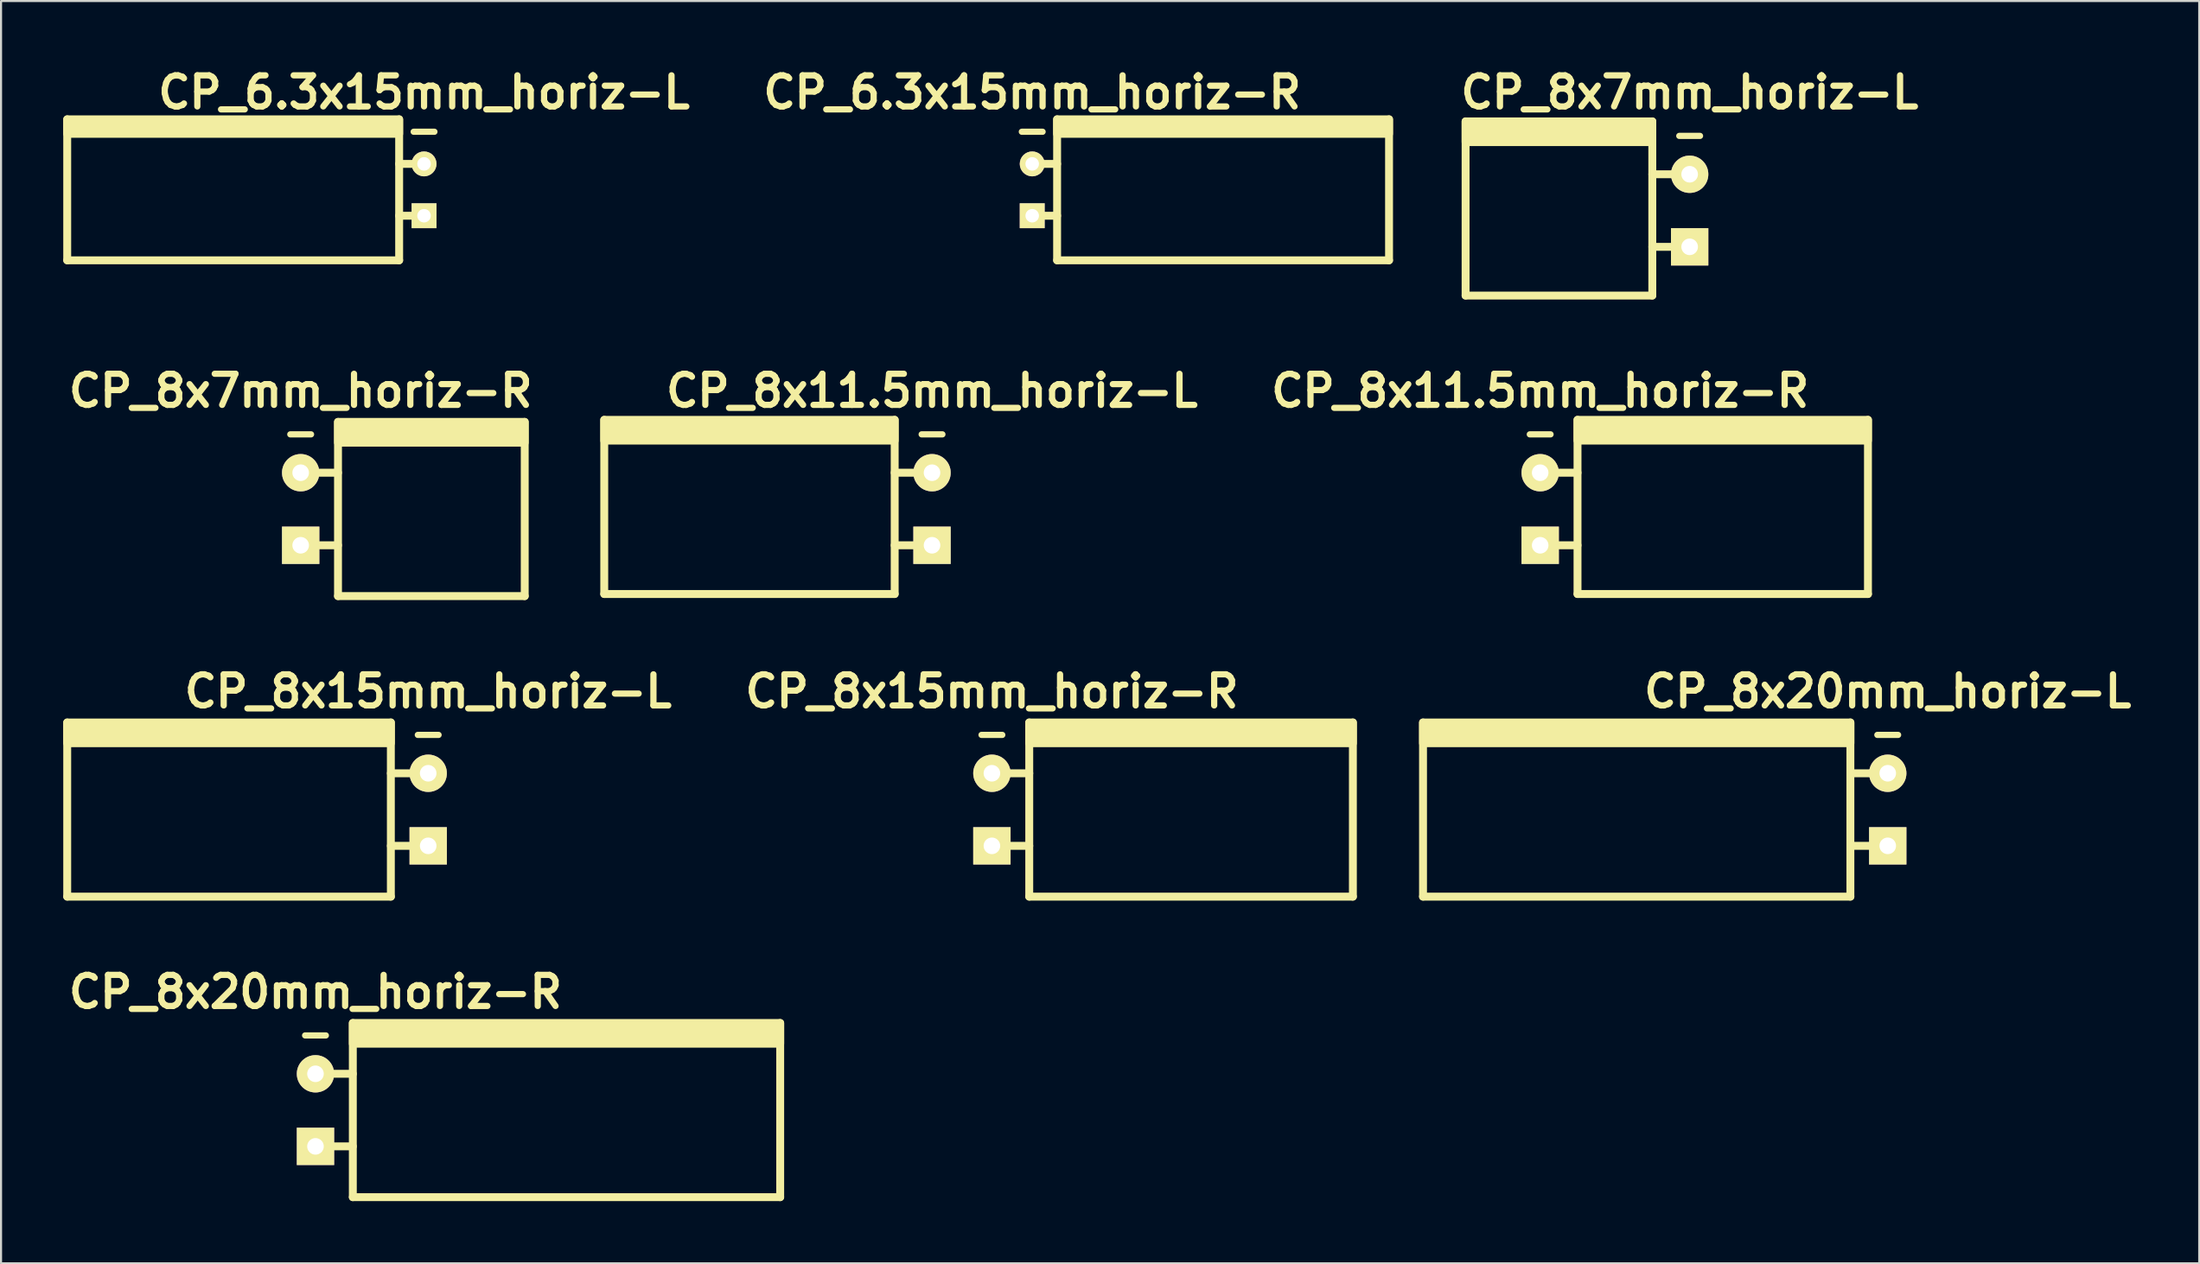
<source format=kicad_pcb>
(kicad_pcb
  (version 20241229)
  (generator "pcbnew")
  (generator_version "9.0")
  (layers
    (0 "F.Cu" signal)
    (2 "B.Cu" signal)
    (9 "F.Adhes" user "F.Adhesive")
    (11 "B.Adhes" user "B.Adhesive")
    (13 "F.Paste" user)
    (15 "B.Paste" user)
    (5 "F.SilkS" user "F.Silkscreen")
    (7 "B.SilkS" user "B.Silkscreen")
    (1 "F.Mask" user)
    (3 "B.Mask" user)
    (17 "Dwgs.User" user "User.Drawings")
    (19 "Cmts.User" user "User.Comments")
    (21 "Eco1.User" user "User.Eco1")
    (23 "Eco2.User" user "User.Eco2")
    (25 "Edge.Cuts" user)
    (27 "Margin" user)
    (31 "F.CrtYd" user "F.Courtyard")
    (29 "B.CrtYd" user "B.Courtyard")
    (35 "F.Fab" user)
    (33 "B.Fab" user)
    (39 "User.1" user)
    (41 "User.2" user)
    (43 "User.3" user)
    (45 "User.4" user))
  (footprint "CP_8x15mm_horiz-R"
    (layer "F.Cu")
    (at 44.762 35.993)
    (property "Reference" "CP_8x15mm_horiz-R" (at 0 -5.7 0) (layer "F.SilkS") (effects (font (size 1.5 1.5) (thickness 0.3))))
    (attr through_hole)
    (fp_line (start -0.5 -3.6) (end 0.5 -3.6) (stroke (width 0.3) (type solid)) (layer "F.SilkS"))
    (fp_line (start 0 -1.75) (end 1.8 -1.75) (stroke (width 0.381) (type solid)) (layer "F.SilkS"))
    (fp_line (start 0 1.75) (end 1.8 1.75) (stroke (width 0.381) (type solid)) (layer "F.SilkS"))
    (fp_line (start 1.8 4.2) (end 1.8 -4.2) (stroke (width 0.381) (type solid)) (layer "F.SilkS"))
    (fp_line (start 17.4 -4.2) (end 17.4 4.2) (stroke (width 0.381) (type solid)) (layer "F.SilkS"))
    (fp_line (start 17.4 4.2) (end 1.8 4.2) (stroke (width 0.381) (type solid)) (layer "F.SilkS"))
    (fp_poly (pts (xy 17.4 -3.2) (xy 1.8 -3.2) (xy 1.8 -4.2) (xy 17.4 -4.2)) (stroke (width 0.381) (type solid)) (fill yes) (layer "F.SilkS"))
    (pad "1" thru_hole rect (at 0 1.75) (size 1.8 1.8) (drill 0.8) (layers "*.Cu" "*.Mask" "F.SilkS"))
    (pad "2" thru_hole circle (at 0 -1.75) (size 1.8 1.8) (drill 0.8) (layers "*.Cu" "*.Mask" "F.SilkS")))
  (footprint "CP_8x11.5mm_horiz-R"
    (layer "F.Cu")
    (at 71.19 21.498)
    (property "Reference" "CP_8x11.5mm_horiz-R" (at 0 -5.7 0) (layer "F.SilkS") (effects (font (size 1.5 1.5) (thickness 0.3))))
    (attr through_hole)
    (fp_line (start -0.5 -3.6) (end 0.5 -3.6) (stroke (width 0.3) (type solid)) (layer "F.SilkS"))
    (fp_line (start 0 -1.75) (end 1.8 -1.75) (stroke (width 0.381) (type solid)) (layer "F.SilkS"))
    (fp_line (start 0 1.75) (end 1.8 1.75) (stroke (width 0.381) (type solid)) (layer "F.SilkS"))
    (fp_line (start 1.8 4.1) (end 1.8 -4.3) (stroke (width 0.381) (type solid)) (layer "F.SilkS"))
    (fp_line (start 15.8 -4.3) (end 15.8 4.1) (stroke (width 0.381) (type solid)) (layer "F.SilkS"))
    (fp_line (start 15.8 4.1) (end 1.8 4.1) (stroke (width 0.381) (type solid)) (layer "F.SilkS"))
    (fp_poly (pts (xy 15.8 -3.3) (xy 1.8 -3.3) (xy 1.8 -4.3) (xy 15.8 -4.3)) (stroke (width 0.381) (type solid)) (fill yes) (layer "F.SilkS"))
    (pad "1" thru_hole rect (at 0 1.75) (size 1.8 1.8) (drill 0.8) (layers "*.Cu" "*.Mask" "F.SilkS"))
    (pad "2" thru_hole circle (at 0 -1.75) (size 1.8 1.8) (drill 0.8) (layers "*.Cu" "*.Mask" "F.SilkS")))
  (footprint "CP_6.3x15mm_horiz-R"
    (layer "F.Cu")
    (at 46.705 6.104)
    (property "Reference" "CP_6.3x15mm_horiz-R" (at 0 -4.7 0) (layer "F.SilkS") (effects (font (size 1.5 1.5) (thickness 0.3))))
    (attr through_hole)
    (fp_line (start -0.5 -2.8) (end 0.5 -2.8) (stroke (width 0.3) (type solid)) (layer "F.SilkS"))
    (fp_line (start 0 -1.25) (end 1.2 -1.25) (stroke (width 0.381) (type solid)) (layer "F.SilkS"))
    (fp_line (start 0 1.25) (end 1.2 1.25) (stroke (width 0.381) (type solid)) (layer "F.SilkS"))
    (fp_line (start 1.2 3.4) (end 1.2 -3.4) (stroke (width 0.381) (type solid)) (layer "F.SilkS"))
    (fp_line (start 17.2 -3.4) (end 17.2 3.4) (stroke (width 0.381) (type solid)) (layer "F.SilkS"))
    (fp_line (start 17.2 3.4) (end 1.2 3.4) (stroke (width 0.381) (type solid)) (layer "F.SilkS"))
    (fp_poly (pts (xy 17.2 -2.7) (xy 1.2 -2.7) (xy 1.2 -3.4) (xy 17.2 -3.4)) (stroke (width 0.381) (type solid)) (fill yes) (layer "F.SilkS"))
    (pad "1" thru_hole rect (at 0 1.25) (size 1.2 1.2) (drill 0.65) (layers "*.Cu" "*.Mask" "F.SilkS"))
    (pad "2" thru_hole circle (at 0 -1.25) (size 1.2 1.2) (drill 0.65) (layers "*.Cu" "*.Mask" "F.SilkS")))
  (footprint "CP_6.3x15mm_horiz-L"
    (layer "F.Cu")
    (at 17.39 6.104)
    (property "Reference" "CP_6.3x15mm_horiz-L" (at 0 -4.7 0) (layer "F.SilkS") (effects (font (size 1.5 1.5) (thickness 0.3))))
    (attr through_hole)
    (fp_line (start -17.2 3.4) (end -17.2 -3.4) (stroke (width 0.381) (type solid)) (layer "F.SilkS"))
    (fp_line (start -1.2 -3.4) (end -1.2 3.4) (stroke (width 0.381) (type solid)) (layer "F.SilkS"))
    (fp_line (start -1.2 -1.25) (end 0 -1.25) (stroke (width 0.381) (type solid)) (layer "F.SilkS"))
    (fp_line (start -1.2 1.25) (end 0 1.25) (stroke (width 0.381) (type solid)) (layer "F.SilkS"))
    (fp_line (start -1.2 3.4) (end -17.2 3.4) (stroke (width 0.381) (type solid)) (layer "F.SilkS"))
    (fp_line (start -0.5 -2.8) (end 0.5 -2.8) (stroke (width 0.3) (type solid)) (layer "F.SilkS"))
    (fp_poly (pts (xy -1.2 -2.7) (xy -17.2 -2.7) (xy -17.2 -3.4) (xy -1.2 -3.4)) (stroke (width 0.381) (type solid)) (fill yes) (layer "F.SilkS"))
    (pad "1" thru_hole rect (at 0 1.25) (size 1.2 1.2) (drill 0.65) (layers "*.Cu" "*.Mask" "F.SilkS"))
    (pad "2" thru_hole circle (at 0 -1.25) (size 1.2 1.2) (drill 0.65) (layers "*.Cu" "*.Mask" "F.SilkS")))
  (footprint "CP_8x11.5mm_horiz-L"
    (layer "F.Cu")
    (at 41.876 21.498)
    (property "Reference" "CP_8x11.5mm_horiz-L" (at 0 -5.7 0) (layer "F.SilkS") (effects (font (size 1.5 1.5) (thickness 0.3))))
    (attr through_hole)
    (fp_line (start -15.8 4.1) (end -15.8 -4.3) (stroke (width 0.381) (type solid)) (layer "F.SilkS"))
    (fp_line (start -1.8 -4.3) (end -1.8 4.1) (stroke (width 0.381) (type solid)) (layer "F.SilkS"))
    (fp_line (start -1.8 -1.75) (end 0 -1.75) (stroke (width 0.381) (type solid)) (layer "F.SilkS"))
    (fp_line (start -1.8 1.75) (end 0 1.75) (stroke (width 0.381) (type solid)) (layer "F.SilkS"))
    (fp_line (start -1.8 4.1) (end -15.8 4.1) (stroke (width 0.381) (type solid)) (layer "F.SilkS"))
    (fp_line (start -0.5 -3.6) (end 0.5 -3.6) (stroke (width 0.3) (type solid)) (layer "F.SilkS"))
    (fp_poly (pts (xy -1.8 -3.3) (xy -15.8 -3.3) (xy -15.8 -4.3) (xy -1.8 -4.3)) (stroke (width 0.381) (type solid)) (fill yes) (layer "F.SilkS"))
    (pad "1" thru_hole rect (at 0 1.75) (size 1.8 1.8) (drill 0.8) (layers "*.Cu" "*.Mask" "F.SilkS"))
    (pad "2" thru_hole circle (at 0 -1.75) (size 1.8 1.8) (drill 0.8) (layers "*.Cu" "*.Mask" "F.SilkS")))
  (footprint "CP_8x7mm_horiz-R"
    (layer "F.Cu")
    (at 11.443 21.498)
    (property "Reference" "CP_8x7mm_horiz-R" (at 0 -5.7 0) (layer "F.SilkS") (effects (font (size 1.5 1.5) (thickness 0.3))))
    (attr through_hole)
    (fp_line (start -0.5 -3.6) (end 0.5 -3.6) (stroke (width 0.3) (type solid)) (layer "F.SilkS"))
    (fp_line (start 0 -1.75) (end 1.8 -1.75) (stroke (width 0.381) (type solid)) (layer "F.SilkS"))
    (fp_line (start 0 1.75) (end 1.8 1.75) (stroke (width 0.381) (type solid)) (layer "F.SilkS"))
    (fp_line (start 1.8 4.2) (end 1.8 -4.2) (stroke (width 0.381) (type solid)) (layer "F.SilkS"))
    (fp_line (start 10.8 -4.2) (end 10.8 4.2) (stroke (width 0.381) (type solid)) (layer "F.SilkS"))
    (fp_line (start 10.8 4.2) (end 1.8 4.2) (stroke (width 0.381) (type solid)) (layer "F.SilkS"))
    (fp_poly (pts (xy 10.8 -3.2) (xy 1.8 -3.2) (xy 1.8 -4.2) (xy 10.8 -4.2)) (stroke (width 0.381) (type solid)) (fill yes) (layer "F.SilkS"))
    (pad "1" thru_hole rect (at 0 1.75) (size 1.8 1.8) (drill 0.8) (layers "*.Cu" "*.Mask" "F.SilkS"))
    (pad "2" thru_hole circle (at 0 -1.75) (size 1.8 1.8) (drill 0.8) (layers "*.Cu" "*.Mask" "F.SilkS")))
  (footprint "CP_8x20mm_horiz-R"
    (layer "F.Cu")
    (at 12.157 50.487)
    (property "Reference" "CP_8x20mm_horiz-R" (at 0 -5.7 0) (layer "F.SilkS") (effects (font (size 1.5 1.5) (thickness 0.3))))
    (attr through_hole)
    (fp_line (start -0.5 -3.6) (end 0.5 -3.6) (stroke (width 0.3) (type solid)) (layer "F.SilkS"))
    (fp_line (start 0 -1.75) (end 1.8 -1.75) (stroke (width 0.381) (type solid)) (layer "F.SilkS"))
    (fp_line (start 0 1.75) (end 1.8 1.75) (stroke (width 0.381) (type solid)) (layer "F.SilkS"))
    (fp_line (start 1.8 4.2) (end 1.8 -4.2) (stroke (width 0.381) (type solid)) (layer "F.SilkS"))
    (fp_line (start 22.4 -4.2) (end 22.4 4.2) (stroke (width 0.381) (type solid)) (layer "F.SilkS"))
    (fp_line (start 22.4 4.2) (end 1.8 4.2) (stroke (width 0.381) (type solid)) (layer "F.SilkS"))
    (fp_poly (pts (xy 22.4 -3.2) (xy 1.8 -3.2) (xy 1.8 -4.2) (xy 22.4 -4.2)) (stroke (width 0.381) (type solid)) (fill yes) (layer "F.SilkS"))
    (pad "1" thru_hole rect (at 0 1.75) (size 1.8 1.8) (drill 0.8) (layers "*.Cu" "*.Mask" "F.SilkS"))
    (pad "2" thru_hole circle (at 0 -1.75) (size 1.8 1.8) (drill 0.8) (layers "*.Cu" "*.Mask" "F.SilkS")))
  (footprint "CP_8x20mm_horiz-L"
    (layer "F.Cu")
    (at 87.943 35.993)
    (property "Reference" "CP_8x20mm_horiz-L" (at 0 -5.7 0) (layer "F.SilkS") (effects (font (size 1.5 1.5) (thickness 0.3))))
    (attr through_hole)
    (fp_line (start -22.4 4.2) (end -22.4 -4.2) (stroke (width 0.381) (type solid)) (layer "F.SilkS"))
    (fp_line (start -1.8 -4.2) (end -1.8 4.2) (stroke (width 0.381) (type solid)) (layer "F.SilkS"))
    (fp_line (start -1.8 -1.75) (end 0 -1.75) (stroke (width 0.381) (type solid)) (layer "F.SilkS"))
    (fp_line (start -1.8 1.75) (end 0 1.75) (stroke (width 0.381) (type solid)) (layer "F.SilkS"))
    (fp_line (start -1.8 4.2) (end -22.4 4.2) (stroke (width 0.381) (type solid)) (layer "F.SilkS"))
    (fp_line (start -0.5 -3.6) (end 0.5 -3.6) (stroke (width 0.3) (type solid)) (layer "F.SilkS"))
    (fp_poly (pts (xy -1.8 -3.2) (xy -22.4 -3.2) (xy -22.4 -4.2) (xy -1.8 -4.2)) (stroke (width 0.381) (type solid)) (fill yes) (layer "F.SilkS"))
    (pad "1" thru_hole rect (at 0 1.75) (size 1.8 1.8) (drill 0.8) (layers "*.Cu" "*.Mask" "F.SilkS"))
    (pad "2" thru_hole circle (at 0 -1.75) (size 1.8 1.8) (drill 0.8) (layers "*.Cu" "*.Mask" "F.SilkS")))
  (footprint "CP_8x15mm_horiz-L"
    (layer "F.Cu")
    (at 17.59 35.993)
    (property "Reference" "CP_8x15mm_horiz-L" (at 0 -5.7 0) (layer "F.SilkS") (effects (font (size 1.5 1.5) (thickness 0.3))))
    (attr through_hole)
    (fp_line (start -17.4 4.2) (end -17.4 -4.2) (stroke (width 0.381) (type solid)) (layer "F.SilkS"))
    (fp_line (start -1.8 -4.2) (end -1.8 4.2) (stroke (width 0.381) (type solid)) (layer "F.SilkS"))
    (fp_line (start -1.8 -1.75) (end 0 -1.75) (stroke (width 0.381) (type solid)) (layer "F.SilkS"))
    (fp_line (start -1.8 1.75) (end 0 1.75) (stroke (width 0.381) (type solid)) (layer "F.SilkS"))
    (fp_line (start -1.8 4.2) (end -17.4 4.2) (stroke (width 0.381) (type solid)) (layer "F.SilkS"))
    (fp_line (start -0.5 -3.6) (end 0.5 -3.6) (stroke (width 0.3) (type solid)) (layer "F.SilkS"))
    (fp_poly (pts (xy -1.8 -3.2) (xy -17.4 -3.2) (xy -17.4 -4.2) (xy -1.8 -4.2)) (stroke (width 0.381) (type solid)) (fill yes) (layer "F.SilkS"))
    (pad "1" thru_hole rect (at 0 1.75) (size 1.8 1.8) (drill 0.8) (layers "*.Cu" "*.Mask" "F.SilkS"))
    (pad "2" thru_hole circle (at 0 -1.75) (size 1.8 1.8) (drill 0.8) (layers "*.Cu" "*.Mask" "F.SilkS")))
  (footprint "CP_8x7mm_horiz-L"
    (layer "F.Cu")
    (at 78.395 7.104)
    (property "Reference" "CP_8x7mm_horiz-L" (at 0 -5.7 0) (layer "F.SilkS") (effects (font (size 1.5 1.5) (thickness 0.3))))
    (attr through_hole)
    (fp_line (start -10.8 4.1) (end -10.8 -4.3) (stroke (width 0.381) (type solid)) (layer "F.SilkS"))
    (fp_line (start -1.8 -4.3) (end -1.8 4.1) (stroke (width 0.381) (type solid)) (layer "F.SilkS"))
    (fp_line (start -1.8 -1.75) (end 0 -1.75) (stroke (width 0.381) (type solid)) (layer "F.SilkS"))
    (fp_line (start -1.8 1.75) (end 0 1.75) (stroke (width 0.381) (type solid)) (layer "F.SilkS"))
    (fp_line (start -1.8 4.1) (end -10.8 4.1) (stroke (width 0.381) (type solid)) (layer "F.SilkS"))
    (fp_line (start -0.5 -3.6) (end 0.5 -3.6) (stroke (width 0.3) (type solid)) (layer "F.SilkS"))
    (fp_poly (pts (xy -1.8 -3.3) (xy -10.8 -3.3) (xy -10.8 -4.3) (xy -1.8 -4.3)) (stroke (width 0.381) (type solid)) (fill yes) (layer "F.SilkS"))
    (pad "1" thru_hole rect (at 0 1.75) (size 1.8 1.8) (drill 0.8) (layers "*.Cu" "*.Mask" "F.SilkS"))
    (pad "2" thru_hole circle (at 0 -1.75) (size 1.8 1.8) (drill 0.8) (layers "*.Cu" "*.Mask" "F.SilkS")))
  (gr_rect
    (start -3 -3)
    (end 102.957 57.878)
    (stroke (width 0.1) (type default))
    (fill no)
    (layer "Edge.Cuts")))
</source>
